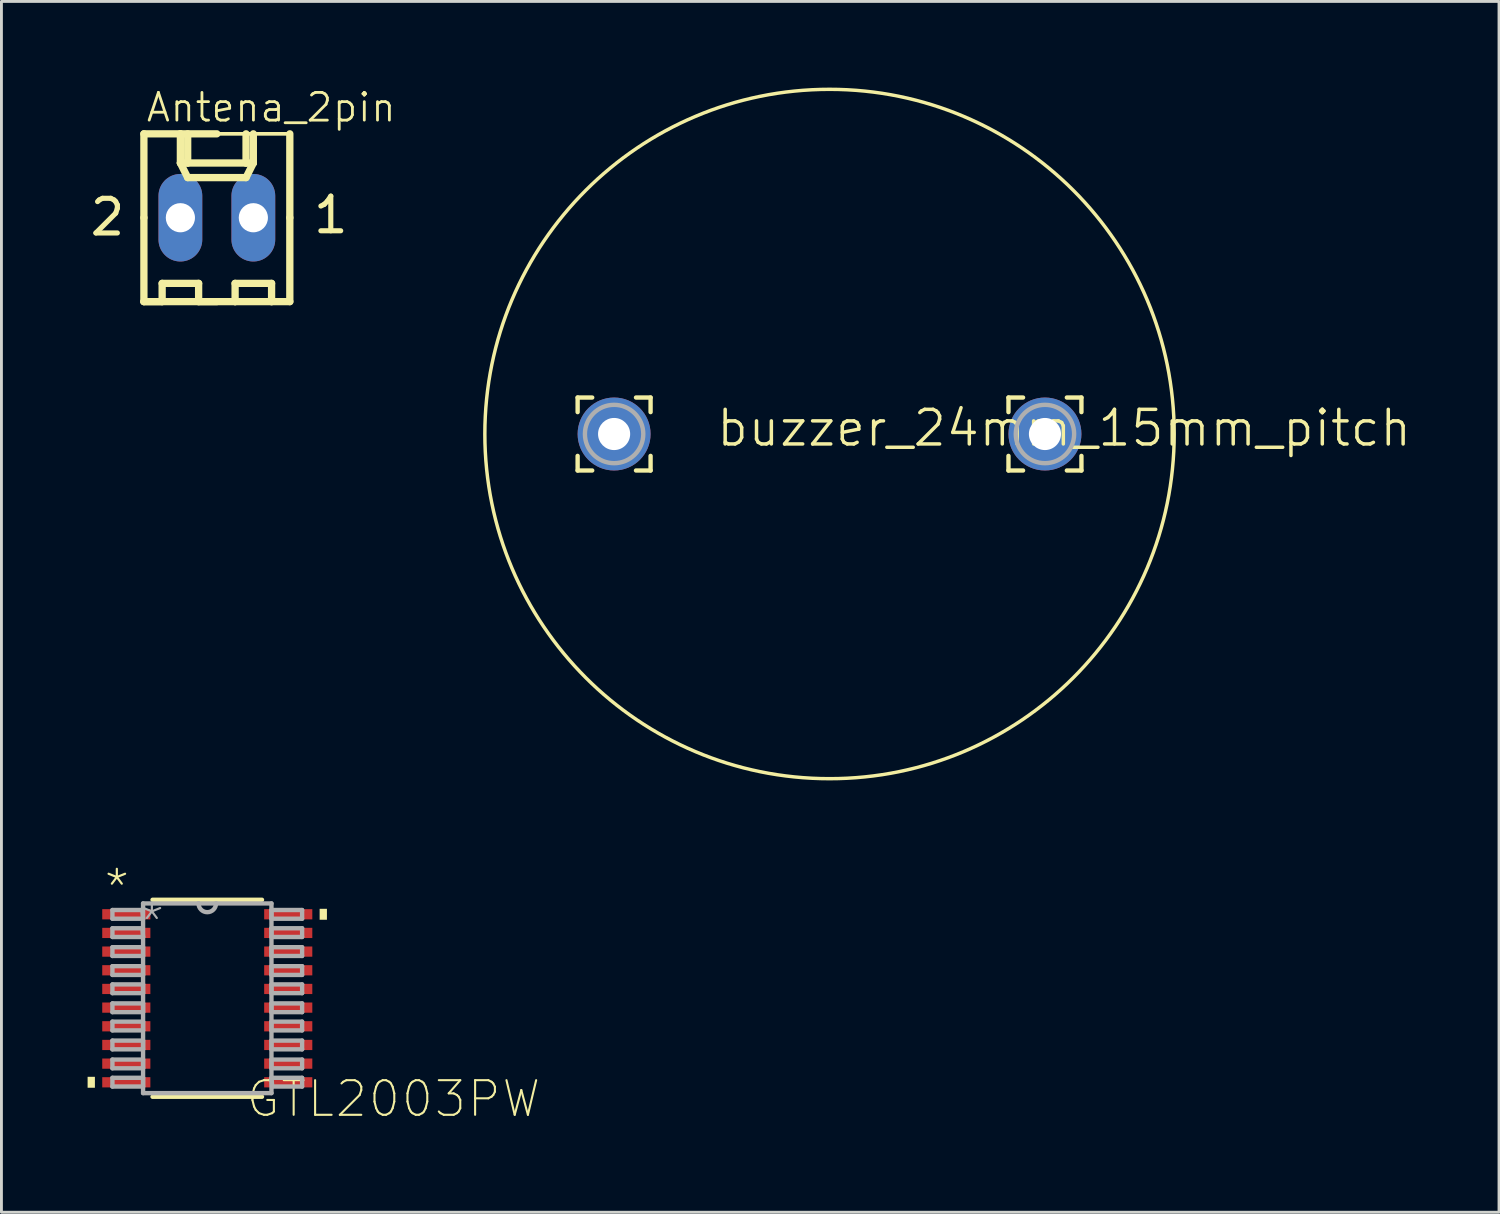
<source format=kicad_pcb>
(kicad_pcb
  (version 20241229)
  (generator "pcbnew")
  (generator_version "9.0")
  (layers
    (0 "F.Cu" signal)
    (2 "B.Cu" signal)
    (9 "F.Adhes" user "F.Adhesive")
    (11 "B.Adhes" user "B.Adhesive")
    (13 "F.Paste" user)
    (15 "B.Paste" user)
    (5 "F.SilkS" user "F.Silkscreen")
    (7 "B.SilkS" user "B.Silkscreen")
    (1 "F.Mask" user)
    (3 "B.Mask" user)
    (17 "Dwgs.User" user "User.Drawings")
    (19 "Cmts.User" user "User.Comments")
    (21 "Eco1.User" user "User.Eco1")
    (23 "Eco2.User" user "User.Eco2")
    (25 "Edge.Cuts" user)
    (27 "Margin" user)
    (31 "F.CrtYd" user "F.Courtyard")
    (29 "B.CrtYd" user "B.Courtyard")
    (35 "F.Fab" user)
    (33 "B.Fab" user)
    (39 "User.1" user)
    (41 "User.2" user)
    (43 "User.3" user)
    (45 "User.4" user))
  (footprint "Antena_2pin"
    (layer "F.Cu")
    (at 4.5 4.53)
    (property "Reference" "Antena_2pin" (at -2.513 -3.275 0) (layer "F.SilkS") (effects (font (size 0.965 0.965) (thickness 0.097)) (justify left bottom)))
    (attr through_hole)
    (fp_line (start -2.54 -2.921) (end -1.27 -2.921) (stroke (width 0.254) (type solid)) (layer "F.SilkS"))
    (fp_line (start -2.54 0) (end -2.54 -2.921) (stroke (width 0.254) (type solid)) (layer "F.SilkS"))
    (fp_line (start -2.54 0) (end -2.54 2.921) (stroke (width 0.254) (type solid)) (layer "F.SilkS"))
    (fp_line (start -2.54 2.921) (end -1.905 2.921) (stroke (width 0.254) (type solid)) (layer "F.SilkS"))
    (fp_line (start -2.54 2.921) (end 0 2.921) (stroke (width 0.254) (type solid)) (layer "F.SilkS"))
    (fp_line (start -2.286 2.921) (end -1.905 2.921) (stroke (width 0.127) (type solid)) (layer "F.SilkS"))
    (fp_line (start -1.905 2.286) (end -0.635 2.286) (stroke (width 0.254) (type solid)) (layer "F.SilkS"))
    (fp_line (start -1.905 2.921) (end -1.905 2.286) (stroke (width 0.254) (type solid)) (layer "F.SilkS"))
    (fp_line (start -1.27 -2.921) (end 0 -2.921) (stroke (width 0.254) (type solid)) (layer "F.SilkS"))
    (fp_line (start -1.27 -2.54) (end -1.27 -2.921) (stroke (width 0.127) (type solid)) (layer "F.SilkS"))
    (fp_line (start -1.27 -1.905) (end -1.27 -2.921) (stroke (width 0.254) (type solid)) (layer "F.SilkS"))
    (fp_line (start -1.27 -1.905) (end -1.016 -1.905) (stroke (width 0.254) (type solid)) (layer "F.SilkS"))
    (fp_line (start -1.27 -1.905) (end -1.016 -1.397) (stroke (width 0.254) (type solid)) (layer "F.SilkS"))
    (fp_line (start -1.016 -2.921) (end -1.27 -2.921) (stroke (width 0.127) (type solid)) (layer "F.SilkS"))
    (fp_line (start -1.016 -2.921) (end -1.016 -1.905) (stroke (width 0.254) (type solid)) (layer "F.SilkS"))
    (fp_line (start -1.016 -1.905) (end 1.016 -1.905) (stroke (width 0.254) (type solid)) (layer "F.SilkS"))
    (fp_line (start -1.016 -1.397) (end 1.016 -1.397) (stroke (width 0.254) (type solid)) (layer "F.SilkS"))
    (fp_line (start -0.635 2.286) (end -0.635 2.921) (stroke (width 0.254) (type solid)) (layer "F.SilkS"))
    (fp_line (start -0.635 2.921) (end 0.635 2.921) (stroke (width 0.254) (type solid)) (layer "F.SilkS"))
    (fp_line (start 0.635 2.286) (end 1.905 2.286) (stroke (width 0.254) (type solid)) (layer "F.SilkS"))
    (fp_line (start 0.635 2.921) (end 0 2.921) (stroke (width 0.127) (type solid)) (layer "F.SilkS"))
    (fp_line (start 0.635 2.921) (end 0.635 2.286) (stroke (width 0.254) (type solid)) (layer "F.SilkS"))
    (fp_line (start 1.016 -2.921) (end 1.016 -1.905) (stroke (width 0.254) (type solid)) (layer "F.SilkS"))
    (fp_line (start 1.016 -1.905) (end 1.27 -1.905) (stroke (width 0.254) (type solid)) (layer "F.SilkS"))
    (fp_line (start 1.016 -1.397) (end 1.27 -1.905) (stroke (width 0.254) (type solid)) (layer "F.SilkS"))
    (fp_line (start 1.27 -1.905) (end 1.27 -2.921) (stroke (width 0.254) (type solid)) (layer "F.SilkS"))
    (fp_line (start 1.905 2.286) (end 1.905 2.921) (stroke (width 0.254) (type solid)) (layer "F.SilkS"))
    (fp_line (start 1.905 2.921) (end 0.635 2.921) (stroke (width 0.254) (type solid)) (layer "F.SilkS"))
    (fp_line (start 1.905 2.921) (end 2.54 2.921) (stroke (width 0.254) (type solid)) (layer "F.SilkS"))
    (fp_line (start 2.54 -2.921) (end 0 -2.921) (stroke (width 0.127) (type solid)) (layer "F.SilkS"))
    (fp_line (start 2.54 0) (end 2.54 -2.921) (stroke (width 0.254) (type solid)) (layer "F.SilkS"))
    (fp_line (start 2.54 0) (end 2.54 2.921) (stroke (width 0.254) (type solid)) (layer "F.SilkS"))
    (fp_line (start 2.54 2.921) (end 1.905 2.921) (stroke (width 0.127) (type solid)) (layer "F.SilkS"))
    (fp_poly (pts (xy -1.524 0.254) (xy -1.016 0.254) (xy -1.016 -0.254) (xy -1.524 -0.254)) (stroke (width 0.1) (type solid)) (fill no) (layer "F.Fab"))
    (fp_poly (pts (xy 1.016 0.254) (xy 1.524 0.254) (xy 1.524 -0.254) (xy 1.016 -0.254)) (stroke (width 0.1) (type solid)) (fill no) (layer "F.Fab"))
    (fp_text user "2" (at -4.5 0.687 0) (layer "F.SilkS") (effects (font (size 1.206 1.206) (thickness 0.178)) (justify left bottom)))
    (fp_text user "1" (at 3.275 0.611 0) (layer "F.SilkS") (effects (font (size 1.206 1.206) (thickness 0.178)) (justify left bottom)))
    (pad "1" thru_hole oval (at 1.27 0 90) (size 3.048 1.524) (drill 1.016) (layers "*.Cu" "*.Mask"))
    (pad "2" thru_hole oval (at -1.27 0 90) (size 3.048 1.524) (drill 1.016) (layers "*.Cu" "*.Mask")))
  (footprint "GTL2003PW"
    (layer "F.Cu")
    (at 4.166 31.705)
    (property "Reference" "GTL2003PW" (at 1.295 4.208 180) (layer "F.SilkS") (effects (font (size 1.206 1.206) (thickness 0.072)) (justify left bottom)))
    (attr through_hole)
    (fp_line (start -1.905 3.429) (end 1.905 3.429) (stroke (width 0.152) (type solid)) (layer "F.SilkS"))
    (fp_line (start 1.905 -3.429) (end -1.905 -3.429) (stroke (width 0.152) (type solid)) (layer "F.SilkS"))
    (fp_poly (pts (xy -4.166 2.734) (xy -4.166 3.115) (xy -3.912 3.115) (xy -3.912 2.734)) (stroke (width 0) (type solid)) (fill yes) (layer "F.SilkS"))
    (fp_poly (pts (xy 4.166 -3.115) (xy 4.166 -2.734) (xy 3.912 -2.734) (xy 3.912 -3.115)) (stroke (width 0) (type solid)) (fill yes) (layer "F.SilkS"))
    (fp_line (start -3.302 -3.073) (end -3.302 -2.769) (stroke (width 0.152) (type solid)) (layer "F.Fab"))
    (fp_line (start -3.302 -2.769) (end -2.235 -2.769) (stroke (width 0.152) (type solid)) (layer "F.Fab"))
    (fp_line (start -3.302 -2.438) (end -3.302 -2.134) (stroke (width 0.152) (type solid)) (layer "F.Fab"))
    (fp_line (start -3.302 -2.134) (end -2.235 -2.134) (stroke (width 0.152) (type solid)) (layer "F.Fab"))
    (fp_line (start -3.302 -1.778) (end -3.302 -1.473) (stroke (width 0.152) (type solid)) (layer "F.Fab"))
    (fp_line (start -3.302 -1.473) (end -2.235 -1.473) (stroke (width 0.152) (type solid)) (layer "F.Fab"))
    (fp_line (start -3.302 -1.118) (end -3.302 -0.813) (stroke (width 0.152) (type solid)) (layer "F.Fab"))
    (fp_line (start -3.302 -0.813) (end -2.235 -0.813) (stroke (width 0.152) (type solid)) (layer "F.Fab"))
    (fp_line (start -3.302 -0.483) (end -3.302 -0.178) (stroke (width 0.152) (type solid)) (layer "F.Fab"))
    (fp_line (start -3.302 -0.178) (end -2.235 -0.178) (stroke (width 0.152) (type solid)) (layer "F.Fab"))
    (fp_line (start -3.302 0.178) (end -3.302 0.483) (stroke (width 0.152) (type solid)) (layer "F.Fab"))
    (fp_line (start -3.302 0.483) (end -2.235 0.483) (stroke (width 0.152) (type solid)) (layer "F.Fab"))
    (fp_line (start -3.302 0.813) (end -3.302 1.118) (stroke (width 0.152) (type solid)) (layer "F.Fab"))
    (fp_line (start -3.302 1.118) (end -2.235 1.118) (stroke (width 0.152) (type solid)) (layer "F.Fab"))
    (fp_line (start -3.302 1.473) (end -3.302 1.778) (stroke (width 0.152) (type solid)) (layer "F.Fab"))
    (fp_line (start -3.302 1.778) (end -2.235 1.778) (stroke (width 0.152) (type solid)) (layer "F.Fab"))
    (fp_line (start -3.302 2.134) (end -3.302 2.438) (stroke (width 0.152) (type solid)) (layer "F.Fab"))
    (fp_line (start -3.302 2.438) (end -2.235 2.438) (stroke (width 0.152) (type solid)) (layer "F.Fab"))
    (fp_line (start -3.302 2.769) (end -3.302 3.073) (stroke (width 0.152) (type solid)) (layer "F.Fab"))
    (fp_line (start -3.302 3.073) (end -2.235 3.073) (stroke (width 0.152) (type solid)) (layer "F.Fab"))
    (fp_line (start -2.261 -3.073) (end -3.302 -3.073) (stroke (width 0.152) (type solid)) (layer "F.Fab"))
    (fp_line (start -2.261 -2.438) (end -3.302 -2.438) (stroke (width 0.152) (type solid)) (layer "F.Fab"))
    (fp_line (start -2.235 -3.302) (end -2.235 3.302) (stroke (width 0.152) (type solid)) (layer "F.Fab"))
    (fp_line (start -2.235 -2.769) (end -2.261 -3.073) (stroke (width 0.152) (type solid)) (layer "F.Fab"))
    (fp_line (start -2.235 -2.134) (end -2.261 -2.438) (stroke (width 0.152) (type solid)) (layer "F.Fab"))
    (fp_line (start -2.235 -1.778) (end -3.302 -1.778) (stroke (width 0.152) (type solid)) (layer "F.Fab"))
    (fp_line (start -2.235 -1.473) (end -2.235 -1.778) (stroke (width 0.152) (type solid)) (layer "F.Fab"))
    (fp_line (start -2.235 -1.118) (end -3.302 -1.118) (stroke (width 0.152) (type solid)) (layer "F.Fab"))
    (fp_line (start -2.235 -0.813) (end -2.235 -1.118) (stroke (width 0.152) (type solid)) (layer "F.Fab"))
    (fp_line (start -2.235 -0.483) (end -3.302 -0.483) (stroke (width 0.152) (type solid)) (layer "F.Fab"))
    (fp_line (start -2.235 -0.178) (end -2.235 -0.483) (stroke (width 0.152) (type solid)) (layer "F.Fab"))
    (fp_line (start -2.235 0.178) (end -3.302 0.178) (stroke (width 0.152) (type solid)) (layer "F.Fab"))
    (fp_line (start -2.235 0.483) (end -2.235 0.178) (stroke (width 0.152) (type solid)) (layer "F.Fab"))
    (fp_line (start -2.235 0.813) (end -3.302 0.813) (stroke (width 0.152) (type solid)) (layer "F.Fab"))
    (fp_line (start -2.235 1.118) (end -2.235 0.813) (stroke (width 0.152) (type solid)) (layer "F.Fab"))
    (fp_line (start -2.235 1.473) (end -3.302 1.473) (stroke (width 0.152) (type solid)) (layer "F.Fab"))
    (fp_line (start -2.235 1.778) (end -2.235 1.473) (stroke (width 0.152) (type solid)) (layer "F.Fab"))
    (fp_line (start -2.235 2.134) (end -3.302 2.134) (stroke (width 0.152) (type solid)) (layer "F.Fab"))
    (fp_line (start -2.235 2.438) (end -2.235 2.134) (stroke (width 0.152) (type solid)) (layer "F.Fab"))
    (fp_line (start -2.235 2.769) (end -3.302 2.769) (stroke (width 0.152) (type solid)) (layer "F.Fab"))
    (fp_line (start -2.235 3.073) (end -2.235 2.769) (stroke (width 0.152) (type solid)) (layer "F.Fab"))
    (fp_line (start -2.235 3.302) (end 2.235 3.302) (stroke (width 0.152) (type solid)) (layer "F.Fab"))
    (fp_line (start -0.305 -3.302) (end -2.235 -3.302) (stroke (width 0.152) (type solid)) (layer "F.Fab"))
    (fp_line (start 0.305 -3.302) (end -0.305 -3.302) (stroke (width 0.152) (type solid)) (layer "F.Fab"))
    (fp_line (start 2.235 -3.302) (end 0.305 -3.302) (stroke (width 0.152) (type solid)) (layer "F.Fab"))
    (fp_line (start 2.235 -3.073) (end 2.235 -2.769) (stroke (width 0.152) (type solid)) (layer "F.Fab"))
    (fp_line (start 2.235 -2.769) (end 3.302 -2.769) (stroke (width 0.152) (type solid)) (layer "F.Fab"))
    (fp_line (start 2.235 -2.438) (end 2.235 -2.134) (stroke (width 0.152) (type solid)) (layer "F.Fab"))
    (fp_line (start 2.235 -2.134) (end 3.302 -2.134) (stroke (width 0.152) (type solid)) (layer "F.Fab"))
    (fp_line (start 2.235 -1.778) (end 2.235 -1.473) (stroke (width 0.152) (type solid)) (layer "F.Fab"))
    (fp_line (start 2.235 -1.473) (end 3.302 -1.473) (stroke (width 0.152) (type solid)) (layer "F.Fab"))
    (fp_line (start 2.235 -1.118) (end 2.235 -0.813) (stroke (width 0.152) (type solid)) (layer "F.Fab"))
    (fp_line (start 2.235 -0.813) (end 3.302 -0.813) (stroke (width 0.152) (type solid)) (layer "F.Fab"))
    (fp_line (start 2.235 -0.483) (end 2.235 -0.178) (stroke (width 0.152) (type solid)) (layer "F.Fab"))
    (fp_line (start 2.235 -0.178) (end 3.302 -0.178) (stroke (width 0.152) (type solid)) (layer "F.Fab"))
    (fp_line (start 2.235 0.178) (end 2.235 0.483) (stroke (width 0.152) (type solid)) (layer "F.Fab"))
    (fp_line (start 2.235 0.483) (end 3.302 0.483) (stroke (width 0.152) (type solid)) (layer "F.Fab"))
    (fp_line (start 2.235 0.813) (end 2.235 1.118) (stroke (width 0.152) (type solid)) (layer "F.Fab"))
    (fp_line (start 2.235 1.118) (end 3.302 1.118) (stroke (width 0.152) (type solid)) (layer "F.Fab"))
    (fp_line (start 2.235 1.473) (end 2.235 1.778) (stroke (width 0.152) (type solid)) (layer "F.Fab"))
    (fp_line (start 2.235 1.778) (end 3.302 1.778) (stroke (width 0.152) (type solid)) (layer "F.Fab"))
    (fp_line (start 2.235 2.134) (end 2.235 2.438) (stroke (width 0.152) (type solid)) (layer "F.Fab"))
    (fp_line (start 2.235 2.438) (end 3.302 2.438) (stroke (width 0.152) (type solid)) (layer "F.Fab"))
    (fp_line (start 2.235 2.769) (end 2.261 3.073) (stroke (width 0.152) (type solid)) (layer "F.Fab"))
    (fp_line (start 2.235 3.302) (end 2.235 -3.302) (stroke (width 0.152) (type solid)) (layer "F.Fab"))
    (fp_line (start 2.261 3.073) (end 3.302 3.073) (stroke (width 0.152) (type solid)) (layer "F.Fab"))
    (fp_line (start 3.302 -3.073) (end 2.235 -3.073) (stroke (width 0.152) (type solid)) (layer "F.Fab"))
    (fp_line (start 3.302 -2.769) (end 3.302 -3.073) (stroke (width 0.152) (type solid)) (layer "F.Fab"))
    (fp_line (start 3.302 -2.438) (end 2.235 -2.438) (stroke (width 0.152) (type solid)) (layer "F.Fab"))
    (fp_line (start 3.302 -2.134) (end 3.302 -2.438) (stroke (width 0.152) (type solid)) (layer "F.Fab"))
    (fp_line (start 3.302 -1.778) (end 2.235 -1.778) (stroke (width 0.152) (type solid)) (layer "F.Fab"))
    (fp_line (start 3.302 -1.473) (end 3.302 -1.778) (stroke (width 0.152) (type solid)) (layer "F.Fab"))
    (fp_line (start 3.302 -1.118) (end 2.235 -1.118) (stroke (width 0.152) (type solid)) (layer "F.Fab"))
    (fp_line (start 3.302 -0.813) (end 3.302 -1.118) (stroke (width 0.152) (type solid)) (layer "F.Fab"))
    (fp_line (start 3.302 -0.483) (end 2.235 -0.483) (stroke (width 0.152) (type solid)) (layer "F.Fab"))
    (fp_line (start 3.302 -0.178) (end 3.302 -0.483) (stroke (width 0.152) (type solid)) (layer "F.Fab"))
    (fp_line (start 3.302 0.178) (end 2.235 0.178) (stroke (width 0.152) (type solid)) (layer "F.Fab"))
    (fp_line (start 3.302 0.483) (end 3.302 0.178) (stroke (width 0.152) (type solid)) (layer "F.Fab"))
    (fp_line (start 3.302 0.813) (end 2.235 0.813) (stroke (width 0.152) (type solid)) (layer "F.Fab"))
    (fp_line (start 3.302 1.118) (end 3.302 0.813) (stroke (width 0.152) (type solid)) (layer "F.Fab"))
    (fp_line (start 3.302 1.473) (end 2.235 1.473) (stroke (width 0.152) (type solid)) (layer "F.Fab"))
    (fp_line (start 3.302 1.778) (end 3.302 1.473) (stroke (width 0.152) (type solid)) (layer "F.Fab"))
    (fp_line (start 3.302 2.134) (end 2.235 2.134) (stroke (width 0.152) (type solid)) (layer "F.Fab"))
    (fp_line (start 3.302 2.438) (end 3.302 2.134) (stroke (width 0.152) (type solid)) (layer "F.Fab"))
    (fp_line (start 3.302 2.769) (end 2.235 2.769) (stroke (width 0.152) (type solid)) (layer "F.Fab"))
    (fp_line (start 3.302 3.073) (end 3.302 2.769) (stroke (width 0.152) (type solid)) (layer "F.Fab"))
    (fp_arc (start 0.3048 -3.302) (mid 0 -2.9972) (end -0.3048 -3.302) (stroke (width 0.1524) (type solid)) (layer "F.Fab"))
    (fp_text user "*" (at -3.658 -3.15 0) (layer "F.SilkS") (effects (font (size 1.206 1.206) (thickness 0.076)) (justify left bottom)))
    (fp_text user "*" (at -2.438 -1.956 0) (layer "F.Fab") (effects (font (size 1.206 1.206) (thickness 0.076)) (justify left bottom)))
    (pad "1" smd rect (at -2.819 -2.925) (size 1.676 0.356) (layers "F.Cu" "F.Mask" "F.Paste"))
    (pad "2" smd rect (at -2.819 -2.275) (size 1.676 0.356) (layers "F.Cu" "F.Mask" "F.Paste"))
    (pad "3" smd rect (at -2.819 -1.625) (size 1.676 0.356) (layers "F.Cu" "F.Mask" "F.Paste"))
    (pad "4" smd rect (at -2.819 -0.975) (size 1.676 0.356) (layers "F.Cu" "F.Mask" "F.Paste"))
    (pad "5" smd rect (at -2.819 -0.325) (size 1.676 0.356) (layers "F.Cu" "F.Mask" "F.Paste"))
    (pad "6" smd rect (at -2.819 0.325) (size 1.676 0.356) (layers "F.Cu" "F.Mask" "F.Paste"))
    (pad "7" smd rect (at -2.819 0.975) (size 1.676 0.356) (layers "F.Cu" "F.Mask" "F.Paste"))
    (pad "8" smd rect (at -2.819 1.625) (size 1.676 0.356) (layers "F.Cu" "F.Mask" "F.Paste"))
    (pad "9" smd rect (at -2.819 2.275) (size 1.676 0.356) (layers "F.Cu" "F.Mask" "F.Paste"))
    (pad "10" smd rect (at -2.819 2.925) (size 1.676 0.356) (layers "F.Cu" "F.Mask" "F.Paste"))
    (pad "11" smd rect (at 2.819 2.925) (size 1.676 0.356) (layers "F.Cu" "F.Mask" "F.Paste"))
    (pad "12" smd rect (at 2.819 2.275) (size 1.676 0.356) (layers "F.Cu" "F.Mask" "F.Paste"))
    (pad "13" smd rect (at 2.819 1.625) (size 1.676 0.356) (layers "F.Cu" "F.Mask" "F.Paste"))
    (pad "14" smd rect (at 2.819 0.975) (size 1.676 0.356) (layers "F.Cu" "F.Mask" "F.Paste"))
    (pad "15" smd rect (at 2.819 0.325) (size 1.676 0.356) (layers "F.Cu" "F.Mask" "F.Paste"))
    (pad "16" smd rect (at 2.819 -0.325) (size 1.676 0.356) (layers "F.Cu" "F.Mask" "F.Paste"))
    (pad "17" smd rect (at 2.819 -0.975) (size 1.676 0.356) (layers "F.Cu" "F.Mask" "F.Paste"))
    (pad "18" smd rect (at 2.819 -1.625) (size 1.676 0.356) (layers "F.Cu" "F.Mask" "F.Paste"))
    (pad "19" smd rect (at 2.819 -2.275) (size 1.676 0.356) (layers "F.Cu" "F.Mask" "F.Paste"))
    (pad "20" smd rect (at 2.819 -2.925) (size 1.676 0.356) (layers "F.Cu" "F.Mask" "F.Paste")))
  (footprint "buzzer_24mm_15mm_pitch"
    (layer "F.Cu")
    (at 18.33 12.06)
    (property "Reference" "buzzer_24mm_15mm_pitch" (at 3.5 0.5 0) (layer "F.SilkS") (effects (font (size 1.206 1.206) (thickness 0.121)) (justify left bottom)))
    (attr through_hole)
    (fp_line (start -1.27 -1.27) (end -1.27 -0.762) (stroke (width 0.152) (type solid)) (layer "F.SilkS"))
    (fp_line (start -1.27 -1.27) (end -0.762 -1.27) (stroke (width 0.152) (type solid)) (layer "F.SilkS"))
    (fp_line (start -1.27 1.27) (end -1.27 0.762) (stroke (width 0.152) (type solid)) (layer "F.SilkS"))
    (fp_line (start -1.27 1.27) (end -0.762 1.27) (stroke (width 0.152) (type solid)) (layer "F.SilkS"))
    (fp_line (start 1.27 -1.27) (end 0.762 -1.27) (stroke (width 0.152) (type solid)) (layer "F.SilkS"))
    (fp_line (start 1.27 -1.27) (end 1.27 -0.762) (stroke (width 0.152) (type solid)) (layer "F.SilkS"))
    (fp_line (start 1.27 1.27) (end 0.762 1.27) (stroke (width 0.152) (type solid)) (layer "F.SilkS"))
    (fp_line (start 1.27 1.27) (end 1.27 0.762) (stroke (width 0.152) (type solid)) (layer "F.SilkS"))
    (fp_line (start 13.73 -1.27) (end 13.73 -0.762) (stroke (width 0.152) (type solid)) (layer "F.SilkS"))
    (fp_line (start 13.73 -1.27) (end 14.238 -1.27) (stroke (width 0.152) (type solid)) (layer "F.SilkS"))
    (fp_line (start 13.73 1.27) (end 13.73 0.762) (stroke (width 0.152) (type solid)) (layer "F.SilkS"))
    (fp_line (start 13.73 1.27) (end 14.238 1.27) (stroke (width 0.152) (type solid)) (layer "F.SilkS"))
    (fp_line (start 16.27 -1.27) (end 15.762 -1.27) (stroke (width 0.152) (type solid)) (layer "F.SilkS"))
    (fp_line (start 16.27 -1.27) (end 16.27 -0.762) (stroke (width 0.152) (type solid)) (layer "F.SilkS"))
    (fp_line (start 16.27 1.27) (end 15.762 1.27) (stroke (width 0.152) (type solid)) (layer "F.SilkS"))
    (fp_line (start 16.27 1.27) (end 16.27 0.762) (stroke (width 0.152) (type solid)) (layer "F.SilkS"))
    (fp_circle (center 7.5 0) (end 19.5 0) (stroke (width 0.12) (type solid)) (fill no) (layer "F.SilkS"))
    (fp_circle (center 0 0) (end 1.016 0) (stroke (width 0.152) (type solid)) (fill no) (layer "F.Fab"))
    (fp_circle (center 15 0) (end 16.016 0) (stroke (width 0.152) (type solid)) (fill no) (layer "F.Fab"))
    (fp_text user "Val**" (at 15 -1 0) (layer "F.Fab") (effects (font (size 0.024 0.024) (thickness 0.002)) (justify left bottom)))
    (pad "1" thru_hole circle (at 0 0) (size 2.54 2.54) (drill 1.118) (layers "*.Cu" "*.Mask"))
    (pad "2" thru_hole circle (at 15 0) (size 2.54 2.54) (drill 1.118) (layers "*.Cu" "*.Mask")))
  (gr_rect
    (start -3 -3)
    (end 49.138 39.155)
    (stroke (width 0.1) (type default))
    (fill no)
    (layer "Edge.Cuts")))
</source>
